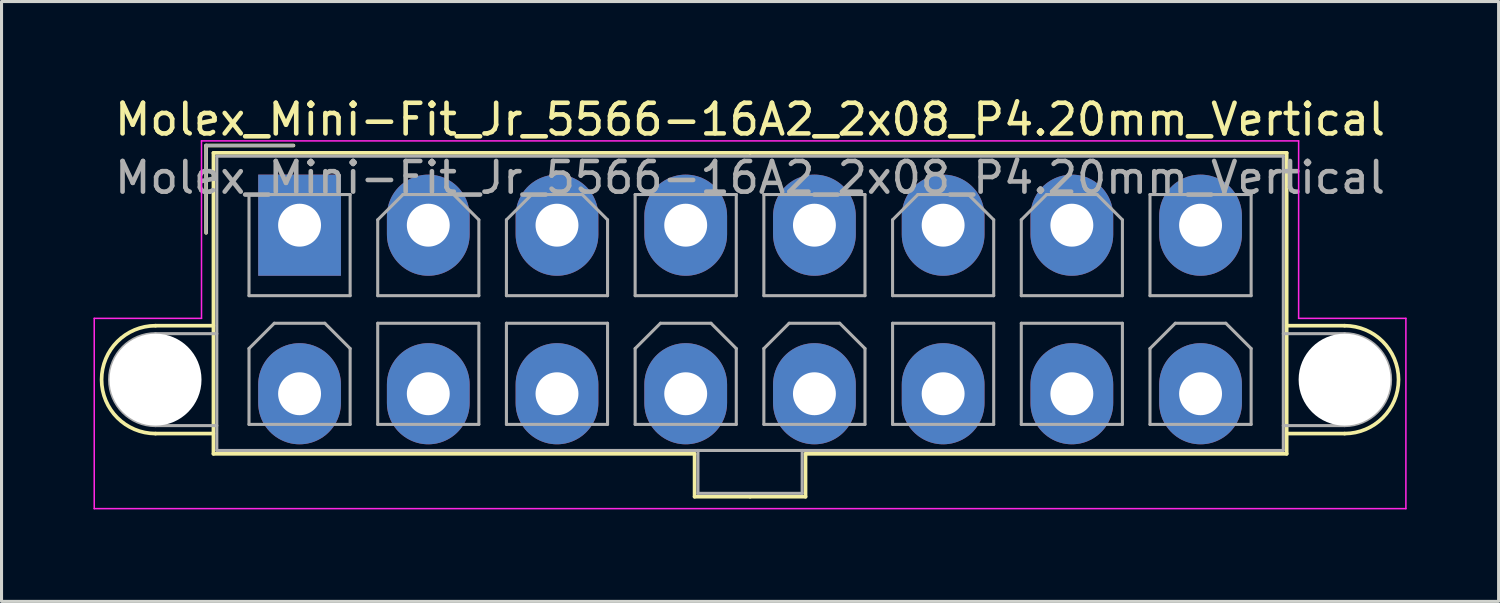
<source format=kicad_pcb>
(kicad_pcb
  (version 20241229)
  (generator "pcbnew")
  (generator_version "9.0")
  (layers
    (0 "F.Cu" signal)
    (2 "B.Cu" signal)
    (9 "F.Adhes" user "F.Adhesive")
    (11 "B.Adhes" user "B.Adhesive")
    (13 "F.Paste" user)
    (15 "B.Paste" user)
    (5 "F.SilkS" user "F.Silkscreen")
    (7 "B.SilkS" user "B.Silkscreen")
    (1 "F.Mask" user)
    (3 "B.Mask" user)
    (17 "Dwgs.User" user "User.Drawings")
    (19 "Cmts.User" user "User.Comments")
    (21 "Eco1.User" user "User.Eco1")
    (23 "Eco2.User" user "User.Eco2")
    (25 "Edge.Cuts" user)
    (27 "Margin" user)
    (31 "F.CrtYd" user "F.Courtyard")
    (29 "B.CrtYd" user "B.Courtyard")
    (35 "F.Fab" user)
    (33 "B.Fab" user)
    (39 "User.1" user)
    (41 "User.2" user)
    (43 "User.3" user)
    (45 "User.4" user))
  (footprint "Molex_Mini-Fit_Jr_5566-16A2_2x08_P4.20mm_Vertical"
    (layer "F.Cu")
    (at 6.725 4.298)
    (property "Reference" "Molex_Mini-Fit_Jr_5566-16A2_2x08_P4.20mm_Vertical" (at 14.7 -3.45 0) (layer "F.SilkS") (effects (font (size 1 1) (thickness 0.15))))
    (attr through_hole)
    (fp_line (start -4.7 3.28) (end -2.81 3.28) (stroke (width 0.12) (type solid)) (layer "F.SilkS"))
    (fp_line (start -4.7 6.8) (end -2.81 6.8) (stroke (width 0.12) (type solid)) (layer "F.SilkS"))
    (fp_line (start -3.05 -2.6) (end -3.05 0.25) (stroke (width 0.12) (type solid)) (layer "F.SilkS"))
    (fp_line (start -2.81 -2.36) (end -2.81 7.46) (stroke (width 0.12) (type solid)) (layer "F.SilkS"))
    (fp_line (start -2.81 7.46) (end 12.89 7.46) (stroke (width 0.12) (type solid)) (layer "F.SilkS"))
    (fp_line (start -0.2 -2.6) (end -3.05 -2.6) (stroke (width 0.12) (type solid)) (layer "F.SilkS"))
    (fp_line (start 12.89 7.46) (end 12.89 8.86) (stroke (width 0.12) (type solid)) (layer "F.SilkS"))
    (fp_line (start 12.89 8.86) (end 14.7 8.86) (stroke (width 0.12) (type solid)) (layer "F.SilkS"))
    (fp_line (start 14.7 -2.36) (end -2.81 -2.36) (stroke (width 0.12) (type solid)) (layer "F.SilkS"))
    (fp_line (start 14.7 -2.36) (end 32.21 -2.36) (stroke (width 0.12) (type solid)) (layer "F.SilkS"))
    (fp_line (start 16.51 7.46) (end 16.51 8.86) (stroke (width 0.12) (type solid)) (layer "F.SilkS"))
    (fp_line (start 16.51 8.86) (end 14.7 8.86) (stroke (width 0.12) (type solid)) (layer "F.SilkS"))
    (fp_line (start 32.21 -2.36) (end 32.21 7.46) (stroke (width 0.12) (type solid)) (layer "F.SilkS"))
    (fp_line (start 32.21 7.46) (end 16.51 7.46) (stroke (width 0.12) (type solid)) (layer "F.SilkS"))
    (fp_line (start 34.1 3.28) (end 32.21 3.28) (stroke (width 0.12) (type solid)) (layer "F.SilkS"))
    (fp_line (start 34.1 6.8) (end 32.21 6.8) (stroke (width 0.12) (type solid)) (layer "F.SilkS"))
    (fp_arc (start -4.7 6.8) (mid -6.46 5.04) (end -4.7 3.28) (stroke (width 0.12) (type solid)) (layer "F.SilkS"))
    (fp_arc (start 34.1 3.28) (mid 35.86 5.04) (end 34.1 6.8) (stroke (width 0.12) (type solid)) (layer "F.SilkS"))
    (fp_line (start -6.7 3.04) (end -6.7 9.25) (stroke (width 0.05) (type solid)) (layer "F.CrtYd"))
    (fp_line (start -6.7 9.25) (end 36.1 9.25) (stroke (width 0.05) (type solid)) (layer "F.CrtYd"))
    (fp_line (start -3.2 -2.75) (end -3.2 3.04) (stroke (width 0.05) (type solid)) (layer "F.CrtYd"))
    (fp_line (start -3.2 3.04) (end -6.7 3.04) (stroke (width 0.05) (type solid)) (layer "F.CrtYd"))
    (fp_line (start 32.6 -2.75) (end -3.2 -2.75) (stroke (width 0.05) (type solid)) (layer "F.CrtYd"))
    (fp_line (start 32.6 3.04) (end 32.6 -2.75) (stroke (width 0.05) (type solid)) (layer "F.CrtYd"))
    (fp_line (start 36.1 3.04) (end 32.6 3.04) (stroke (width 0.05) (type solid)) (layer "F.CrtYd"))
    (fp_line (start 36.1 9.25) (end 36.1 3.04) (stroke (width 0.05) (type solid)) (layer "F.CrtYd"))
    (fp_line (start -4.7 3.54) (end -2.7 3.54) (stroke (width 0.1) (type solid)) (layer "F.Fab"))
    (fp_line (start -4.7 6.54) (end -2.7 6.54) (stroke (width 0.1) (type solid)) (layer "F.Fab"))
    (fp_line (start -3.05 -2.6) (end -3.05 0.25) (stroke (width 0.1) (type solid)) (layer "F.Fab"))
    (fp_line (start -2.7 -2.25) (end -2.7 7.35) (stroke (width 0.1) (type solid)) (layer "F.Fab"))
    (fp_line (start -2.7 7.35) (end 32.1 7.35) (stroke (width 0.1) (type solid)) (layer "F.Fab"))
    (fp_line (start -1.65 -1) (end -1.65 2.3) (stroke (width 0.1) (type solid)) (layer "F.Fab"))
    (fp_line (start -1.65 2.3) (end 1.65 2.3) (stroke (width 0.1) (type solid)) (layer "F.Fab"))
    (fp_line (start -1.65 4.025) (end -0.825 3.2) (stroke (width 0.1) (type solid)) (layer "F.Fab"))
    (fp_line (start -1.65 6.5) (end -1.65 4.025) (stroke (width 0.1) (type solid)) (layer "F.Fab"))
    (fp_line (start -0.825 3.2) (end 0.825 3.2) (stroke (width 0.1) (type solid)) (layer "F.Fab"))
    (fp_line (start -0.2 -2.6) (end -3.05 -2.6) (stroke (width 0.1) (type solid)) (layer "F.Fab"))
    (fp_line (start 0.825 3.2) (end 1.65 4.025) (stroke (width 0.1) (type solid)) (layer "F.Fab"))
    (fp_line (start 1.65 -1) (end -1.65 -1) (stroke (width 0.1) (type solid)) (layer "F.Fab"))
    (fp_line (start 1.65 2.3) (end 1.65 -1) (stroke (width 0.1) (type solid)) (layer "F.Fab"))
    (fp_line (start 1.65 4.025) (end 1.65 6.5) (stroke (width 0.1) (type solid)) (layer "F.Fab"))
    (fp_line (start 1.65 6.5) (end -1.65 6.5) (stroke (width 0.1) (type solid)) (layer "F.Fab"))
    (fp_line (start 2.55 -0.175) (end 3.375 -1) (stroke (width 0.1) (type solid)) (layer "F.Fab"))
    (fp_line (start 2.55 2.3) (end 2.55 -0.175) (stroke (width 0.1) (type solid)) (layer "F.Fab"))
    (fp_line (start 2.55 3.2) (end 2.55 6.5) (stroke (width 0.1) (type solid)) (layer "F.Fab"))
    (fp_line (start 2.55 6.5) (end 5.85 6.5) (stroke (width 0.1) (type solid)) (layer "F.Fab"))
    (fp_line (start 3.375 -1) (end 5.025 -1) (stroke (width 0.1) (type solid)) (layer "F.Fab"))
    (fp_line (start 5.025 -1) (end 5.85 -0.175) (stroke (width 0.1) (type solid)) (layer "F.Fab"))
    (fp_line (start 5.85 -0.175) (end 5.85 2.3) (stroke (width 0.1) (type solid)) (layer "F.Fab"))
    (fp_line (start 5.85 2.3) (end 2.55 2.3) (stroke (width 0.1) (type solid)) (layer "F.Fab"))
    (fp_line (start 5.85 3.2) (end 2.55 3.2) (stroke (width 0.1) (type solid)) (layer "F.Fab"))
    (fp_line (start 5.85 6.5) (end 5.85 3.2) (stroke (width 0.1) (type solid)) (layer "F.Fab"))
    (fp_line (start 6.75 -0.175) (end 7.575 -1) (stroke (width 0.1) (type solid)) (layer "F.Fab"))
    (fp_line (start 6.75 2.3) (end 6.75 -0.175) (stroke (width 0.1) (type solid)) (layer "F.Fab"))
    (fp_line (start 6.75 3.2) (end 6.75 6.5) (stroke (width 0.1) (type solid)) (layer "F.Fab"))
    (fp_line (start 6.75 6.5) (end 10.05 6.5) (stroke (width 0.1) (type solid)) (layer "F.Fab"))
    (fp_line (start 7.575 -1) (end 9.225 -1) (stroke (width 0.1) (type solid)) (layer "F.Fab"))
    (fp_line (start 9.225 -1) (end 10.05 -0.175) (stroke (width 0.1) (type solid)) (layer "F.Fab"))
    (fp_line (start 10.05 -0.175) (end 10.05 2.3) (stroke (width 0.1) (type solid)) (layer "F.Fab"))
    (fp_line (start 10.05 2.3) (end 6.75 2.3) (stroke (width 0.1) (type solid)) (layer "F.Fab"))
    (fp_line (start 10.05 3.2) (end 6.75 3.2) (stroke (width 0.1) (type solid)) (layer "F.Fab"))
    (fp_line (start 10.05 6.5) (end 10.05 3.2) (stroke (width 0.1) (type solid)) (layer "F.Fab"))
    (fp_line (start 10.95 -1) (end 10.95 2.3) (stroke (width 0.1) (type solid)) (layer "F.Fab"))
    (fp_line (start 10.95 2.3) (end 14.25 2.3) (stroke (width 0.1) (type solid)) (layer "F.Fab"))
    (fp_line (start 10.95 4.025) (end 11.775 3.2) (stroke (width 0.1) (type solid)) (layer "F.Fab"))
    (fp_line (start 10.95 6.5) (end 10.95 4.025) (stroke (width 0.1) (type solid)) (layer "F.Fab"))
    (fp_line (start 11.775 3.2) (end 13.425 3.2) (stroke (width 0.1) (type solid)) (layer "F.Fab"))
    (fp_line (start 13 7.35) (end 13 8.75) (stroke (width 0.1) (type solid)) (layer "F.Fab"))
    (fp_line (start 13 8.75) (end 16.4 8.75) (stroke (width 0.1) (type solid)) (layer "F.Fab"))
    (fp_line (start 13.425 3.2) (end 14.25 4.025) (stroke (width 0.1) (type solid)) (layer "F.Fab"))
    (fp_line (start 14.25 -1) (end 10.95 -1) (stroke (width 0.1) (type solid)) (layer "F.Fab"))
    (fp_line (start 14.25 2.3) (end 14.25 -1) (stroke (width 0.1) (type solid)) (layer "F.Fab"))
    (fp_line (start 14.25 4.025) (end 14.25 6.5) (stroke (width 0.1) (type solid)) (layer "F.Fab"))
    (fp_line (start 14.25 6.5) (end 10.95 6.5) (stroke (width 0.1) (type solid)) (layer "F.Fab"))
    (fp_line (start 15.15 -1) (end 15.15 2.3) (stroke (width 0.1) (type solid)) (layer "F.Fab"))
    (fp_line (start 15.15 2.3) (end 18.45 2.3) (stroke (width 0.1) (type solid)) (layer "F.Fab"))
    (fp_line (start 15.15 4.025) (end 15.975 3.2) (stroke (width 0.1) (type solid)) (layer "F.Fab"))
    (fp_line (start 15.15 6.5) (end 15.15 4.025) (stroke (width 0.1) (type solid)) (layer "F.Fab"))
    (fp_line (start 15.975 3.2) (end 17.625 3.2) (stroke (width 0.1) (type solid)) (layer "F.Fab"))
    (fp_line (start 16.4 8.75) (end 16.4 7.35) (stroke (width 0.1) (type solid)) (layer "F.Fab"))
    (fp_line (start 17.625 3.2) (end 18.45 4.025) (stroke (width 0.1) (type solid)) (layer "F.Fab"))
    (fp_line (start 18.45 -1) (end 15.15 -1) (stroke (width 0.1) (type solid)) (layer "F.Fab"))
    (fp_line (start 18.45 2.3) (end 18.45 -1) (stroke (width 0.1) (type solid)) (layer "F.Fab"))
    (fp_line (start 18.45 4.025) (end 18.45 6.5) (stroke (width 0.1) (type solid)) (layer "F.Fab"))
    (fp_line (start 18.45 6.5) (end 15.15 6.5) (stroke (width 0.1) (type solid)) (layer "F.Fab"))
    (fp_line (start 19.35 -0.175) (end 20.175 -1) (stroke (width 0.1) (type solid)) (layer "F.Fab"))
    (fp_line (start 19.35 2.3) (end 19.35 -0.175) (stroke (width 0.1) (type solid)) (layer "F.Fab"))
    (fp_line (start 19.35 3.2) (end 19.35 6.5) (stroke (width 0.1) (type solid)) (layer "F.Fab"))
    (fp_line (start 19.35 6.5) (end 22.65 6.5) (stroke (width 0.1) (type solid)) (layer "F.Fab"))
    (fp_line (start 20.175 -1) (end 21.825 -1) (stroke (width 0.1) (type solid)) (layer "F.Fab"))
    (fp_line (start 21.825 -1) (end 22.65 -0.175) (stroke (width 0.1) (type solid)) (layer "F.Fab"))
    (fp_line (start 22.65 -0.175) (end 22.65 2.3) (stroke (width 0.1) (type solid)) (layer "F.Fab"))
    (fp_line (start 22.65 2.3) (end 19.35 2.3) (stroke (width 0.1) (type solid)) (layer "F.Fab"))
    (fp_line (start 22.65 3.2) (end 19.35 3.2) (stroke (width 0.1) (type solid)) (layer "F.Fab"))
    (fp_line (start 22.65 6.5) (end 22.65 3.2) (stroke (width 0.1) (type solid)) (layer "F.Fab"))
    (fp_line (start 23.55 -0.175) (end 24.375 -1) (stroke (width 0.1) (type solid)) (layer "F.Fab"))
    (fp_line (start 23.55 2.3) (end 23.55 -0.175) (stroke (width 0.1) (type solid)) (layer "F.Fab"))
    (fp_line (start 23.55 3.2) (end 23.55 6.5) (stroke (width 0.1) (type solid)) (layer "F.Fab"))
    (fp_line (start 23.55 6.5) (end 26.85 6.5) (stroke (width 0.1) (type solid)) (layer "F.Fab"))
    (fp_line (start 24.375 -1) (end 26.025 -1) (stroke (width 0.1) (type solid)) (layer "F.Fab"))
    (fp_line (start 26.025 -1) (end 26.85 -0.175) (stroke (width 0.1) (type solid)) (layer "F.Fab"))
    (fp_line (start 26.85 -0.175) (end 26.85 2.3) (stroke (width 0.1) (type solid)) (layer "F.Fab"))
    (fp_line (start 26.85 2.3) (end 23.55 2.3) (stroke (width 0.1) (type solid)) (layer "F.Fab"))
    (fp_line (start 26.85 3.2) (end 23.55 3.2) (stroke (width 0.1) (type solid)) (layer "F.Fab"))
    (fp_line (start 26.85 6.5) (end 26.85 3.2) (stroke (width 0.1) (type solid)) (layer "F.Fab"))
    (fp_line (start 27.75 -1) (end 27.75 2.3) (stroke (width 0.1) (type solid)) (layer "F.Fab"))
    (fp_line (start 27.75 2.3) (end 31.05 2.3) (stroke (width 0.1) (type solid)) (layer "F.Fab"))
    (fp_line (start 27.75 4.025) (end 28.575 3.2) (stroke (width 0.1) (type solid)) (layer "F.Fab"))
    (fp_line (start 27.75 6.5) (end 27.75 4.025) (stroke (width 0.1) (type solid)) (layer "F.Fab"))
    (fp_line (start 28.575 3.2) (end 30.225 3.2) (stroke (width 0.1) (type solid)) (layer "F.Fab"))
    (fp_line (start 30.225 3.2) (end 31.05 4.025) (stroke (width 0.1) (type solid)) (layer "F.Fab"))
    (fp_line (start 31.05 -1) (end 27.75 -1) (stroke (width 0.1) (type solid)) (layer "F.Fab"))
    (fp_line (start 31.05 2.3) (end 31.05 -1) (stroke (width 0.1) (type solid)) (layer "F.Fab"))
    (fp_line (start 31.05 4.025) (end 31.05 6.5) (stroke (width 0.1) (type solid)) (layer "F.Fab"))
    (fp_line (start 31.05 6.5) (end 27.75 6.5) (stroke (width 0.1) (type solid)) (layer "F.Fab"))
    (fp_line (start 32.1 -2.25) (end -2.7 -2.25) (stroke (width 0.1) (type solid)) (layer "F.Fab"))
    (fp_line (start 32.1 7.35) (end 32.1 -2.25) (stroke (width 0.1) (type solid)) (layer "F.Fab"))
    (fp_line (start 34.1 3.54) (end 32.1 3.54) (stroke (width 0.1) (type solid)) (layer "F.Fab"))
    (fp_line (start 34.1 6.54) (end 32.1 6.54) (stroke (width 0.1) (type solid)) (layer "F.Fab"))
    (fp_arc (start -4.7 6.54) (mid -6.2 5.04) (end -4.7 3.54) (stroke (width 0.1) (type solid)) (layer "F.Fab"))
    (fp_arc (start 34.1 3.54) (mid 35.6 5.04) (end 34.1 6.54) (stroke (width 0.1) (type solid)) (layer "F.Fab"))
    (fp_text user "${REFERENCE}" (at 14.7 -1.55 0) (layer "F.Fab") (effects (font (size 1 1) (thickness 0.15))))
    (pad "" np_thru_hole circle (at -4.7 5.04) (size 3 3) (drill 3) (layers "*.Cu" "*.Mask"))
    (pad "" np_thru_hole circle (at 34.1 5.04) (size 3 3) (drill 3) (layers "*.Cu" "*.Mask"))
    (pad "1" thru_hole rect (at 0 0) (size 2.7 3.3) (drill 1.4) (layers "*.Cu" "*.Mask"))
    (pad "2" thru_hole oval (at 4.2 0) (size 2.7 3.3) (drill 1.4) (layers "*.Cu" "*.Mask"))
    (pad "3" thru_hole oval (at 8.4 0) (size 2.7 3.3) (drill 1.4) (layers "*.Cu" "*.Mask"))
    (pad "4" thru_hole oval (at 12.6 0) (size 2.7 3.3) (drill 1.4) (layers "*.Cu" "*.Mask"))
    (pad "5" thru_hole oval (at 16.8 0) (size 2.7 3.3) (drill 1.4) (layers "*.Cu" "*.Mask"))
    (pad "6" thru_hole oval (at 21 0) (size 2.7 3.3) (drill 1.4) (layers "*.Cu" "*.Mask"))
    (pad "7" thru_hole oval (at 25.2 0) (size 2.7 3.3) (drill 1.4) (layers "*.Cu" "*.Mask"))
    (pad "8" thru_hole oval (at 29.4 0) (size 2.7 3.3) (drill 1.4) (layers "*.Cu" "*.Mask"))
    (pad "9" thru_hole oval (at 0 5.5) (size 2.7 3.3) (drill 1.4) (layers "*.Cu" "*.Mask"))
    (pad "10" thru_hole oval (at 4.2 5.5) (size 2.7 3.3) (drill 1.4) (layers "*.Cu" "*.Mask"))
    (pad "11" thru_hole oval (at 8.4 5.5) (size 2.7 3.3) (drill 1.4) (layers "*.Cu" "*.Mask"))
    (pad "12" thru_hole oval (at 12.6 5.5) (size 2.7 3.3) (drill 1.4) (layers "*.Cu" "*.Mask"))
    (pad "13" thru_hole oval (at 16.8 5.5) (size 2.7 3.3) (drill 1.4) (layers "*.Cu" "*.Mask"))
    (pad "14" thru_hole oval (at 21 5.5) (size 2.7 3.3) (drill 1.4) (layers "*.Cu" "*.Mask"))
    (pad "15" thru_hole oval (at 25.2 5.5) (size 2.7 3.3) (drill 1.4) (layers "*.Cu" "*.Mask"))
    (pad "16" thru_hole oval (at 29.4 5.5) (size 2.7 3.3) (drill 1.4) (layers "*.Cu" "*.Mask")))
  (gr_rect
    (start -3 -3)
    (end 45.85 16.573)
    (stroke (width 0.1) (type default))
    (fill no)
    (layer "Edge.Cuts")))
</source>
